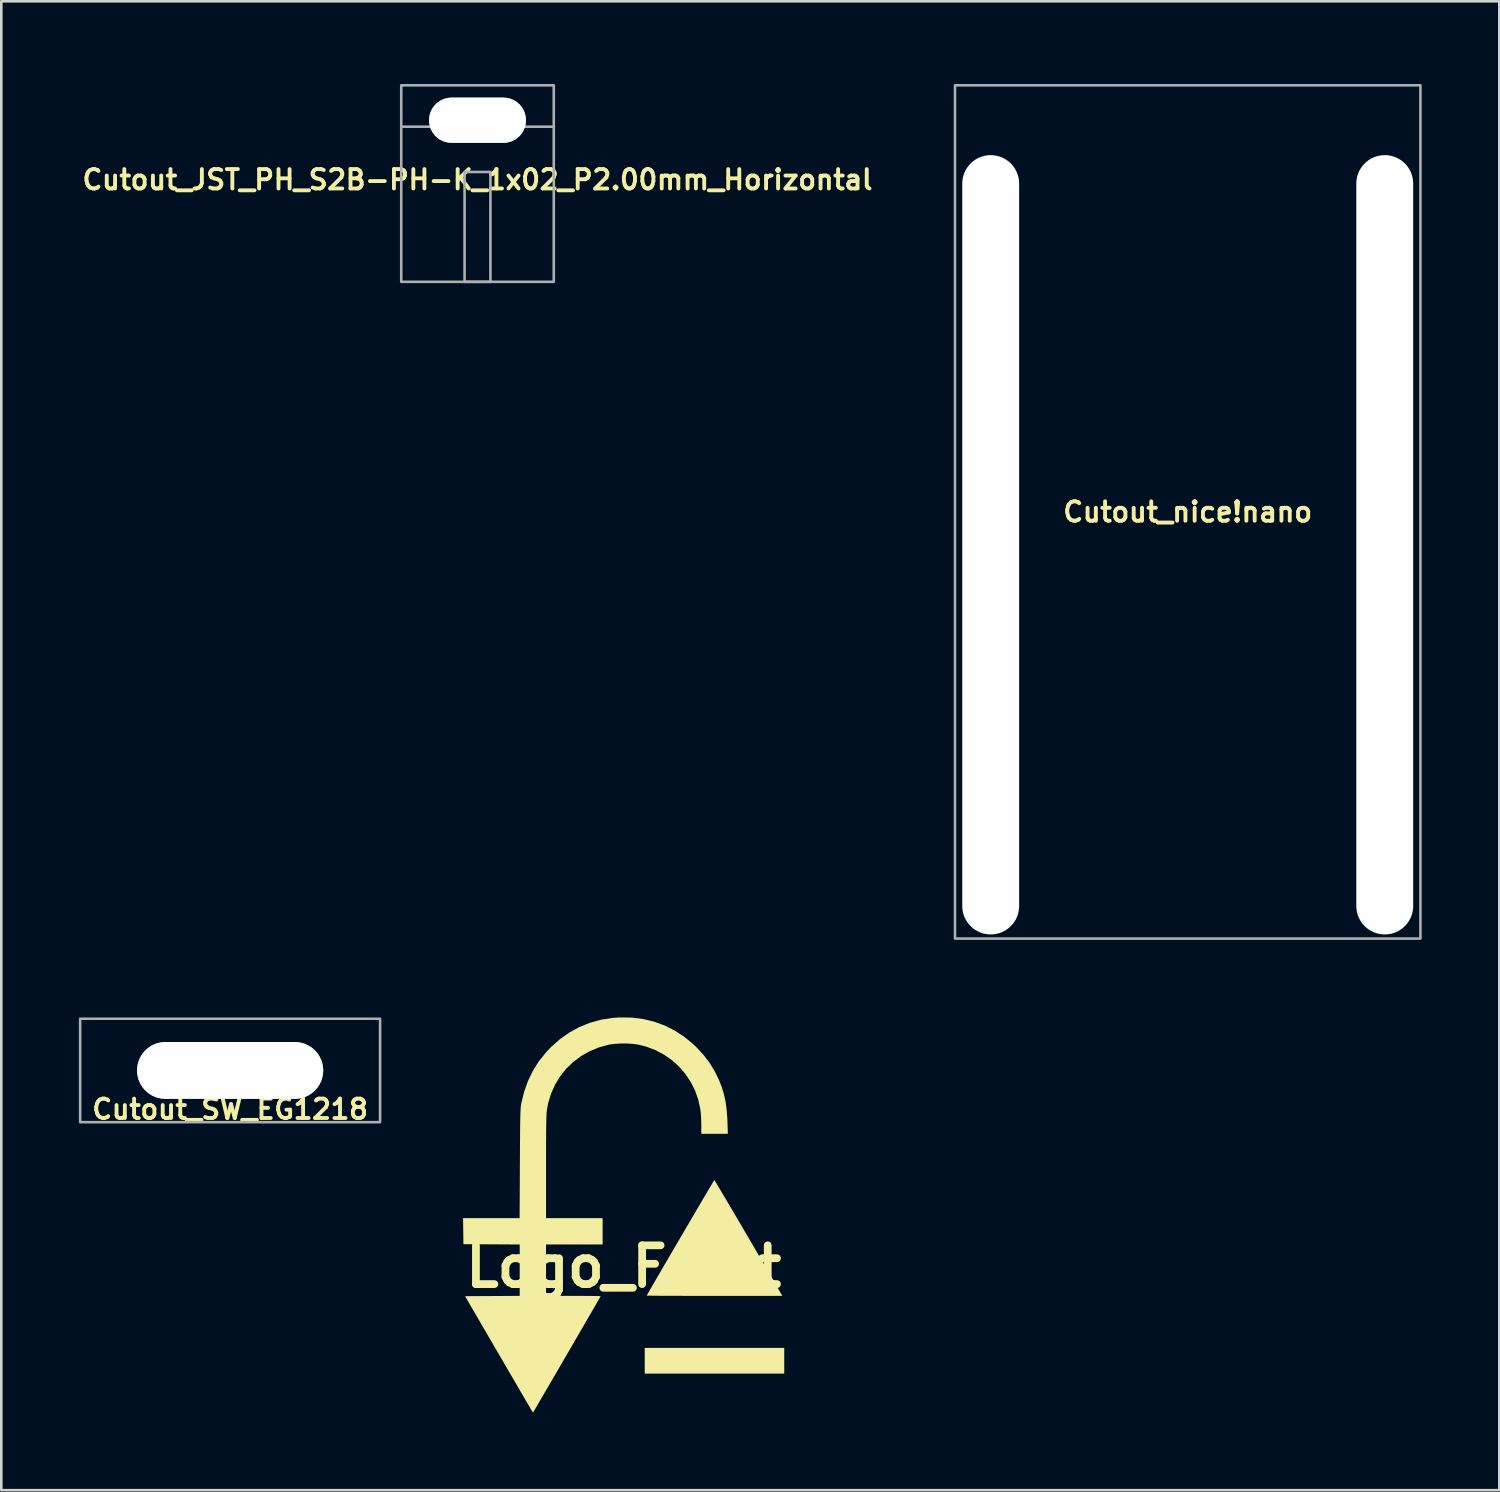
<source format=kicad_pcb>
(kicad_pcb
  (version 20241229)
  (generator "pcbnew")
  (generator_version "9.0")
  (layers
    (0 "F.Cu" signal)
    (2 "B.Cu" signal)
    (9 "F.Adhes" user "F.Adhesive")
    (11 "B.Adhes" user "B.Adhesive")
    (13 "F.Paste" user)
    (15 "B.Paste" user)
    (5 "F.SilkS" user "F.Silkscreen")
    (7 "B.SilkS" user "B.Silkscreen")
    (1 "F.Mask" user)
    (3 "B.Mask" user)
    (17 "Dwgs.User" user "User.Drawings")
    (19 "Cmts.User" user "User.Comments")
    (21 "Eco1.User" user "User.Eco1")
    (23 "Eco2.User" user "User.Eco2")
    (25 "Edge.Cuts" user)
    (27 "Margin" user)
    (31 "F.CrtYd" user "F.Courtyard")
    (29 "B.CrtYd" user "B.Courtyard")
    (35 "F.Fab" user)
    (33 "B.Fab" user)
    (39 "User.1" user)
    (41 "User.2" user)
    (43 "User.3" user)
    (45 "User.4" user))
  (footprint "Cutout_JST_PH_S2B-PH-K_1x02_P2.00mm_Horizontal"
    (layer "F.Cu")
    (at 15.418 0.25)
    (property "Reference" "Cutout_JST_PH_S2B-PH-K_1x02_P2.00mm_Horizontal" (at 0 3.65 0) (layer "F.SilkS") (effects (font (size 0.75 0.75) (thickness 0.15))))
    (attr through_hole)
    (fp_line (start 2.95 1.6) (end -2.95 1.6) (stroke (width 0.1) (type solid)) (layer "F.Fab"))
    (fp_rect (start -2.95 0) (end 2.95 7.6) (stroke (width 0.1) (type default)) (fill no) (layer "F.Fab"))
    (fp_rect (start -0.5 3.35) (end 0.5 7.6) (stroke (width 0.1) (type default)) (fill no) (layer "F.Fab"))
    (pad "" np_thru_hole roundrect (at 0 1.35) (size 3.75 1.75) (drill oval 3.75 1.75) (layers "*.Cu" "*.Mask") (roundrect_rratio 0.5)))
  (footprint "Logo_Fract"
    (layer "F.Cu")
    (at 21.071 43.935)
    (property "Reference" "Logo_Fract" (at 0 2 0) (layer "F.SilkS") (effects (font (size 1.5 1.5) (thickness 0.3))))
    (attr board_only exclude_from_pos_files exclude_from_bom)
    (fp_poly (pts (xy 6.21 5.643) (xy 6.21 6.14) (xy 3.512 6.14) (xy 0.814 6.14) (xy 0.814 5.643) (xy 0.814 5.146) (xy 3.512 5.146) (xy 6.21 5.146)) (stroke (width 0) (type solid)) (fill yes) (layer "F.SilkS"))
    (fp_poly (pts (xy 3.521 -1.323) (xy 3.559 -1.261) (xy 3.619 -1.163) (xy 3.698 -1.03) (xy 3.795 -0.867) (xy 3.908 -0.677) (xy 4.035 -0.463) (xy 4.173 -0.229) (xy 4.321 0.023) (xy 4.477 0.287) (xy 4.638 0.562) (xy 4.803 0.844) (xy 4.97 1.129) (xy 5.137 1.415) (xy 5.302 1.697) (xy 5.462 1.972) (xy 5.616 2.237) (xy 5.762 2.489) (xy 5.898 2.723) (xy 6.022 2.938) (xy 6.064 3.011) (xy 6.135 3.134) (xy 3.513 3.134) (xy 3.152 3.134) (xy 2.806 3.133) (xy 2.478 3.133) (xy 2.172 3.132) (xy 1.89 3.131) (xy 1.636 3.131) (xy 1.414 3.13) (xy 1.226 3.129) (xy 1.077 3.127) (xy 0.969 3.126) (xy 0.907 3.125) (xy 0.891 3.124) (xy 0.903 3.1) (xy 0.94 3.035) (xy 0.997 2.934) (xy 1.075 2.8) (xy 1.17 2.636) (xy 1.28 2.446) (xy 1.403 2.234) (xy 1.538 2.003) (xy 1.682 1.757) (xy 1.832 1.499) (xy 1.988 1.233) (xy 2.146 0.962) (xy 2.305 0.691) (xy 2.462 0.422) (xy 2.617 0.159) (xy 2.765 -0.093) (xy 2.906 -0.333) (xy 3.037 -0.556) (xy 3.156 -0.758) (xy 3.261 -0.936) (xy 3.35 -1.086) (xy 3.421 -1.205) (xy 3.472 -1.29) (xy 3.501 -1.336) (xy 3.506 -1.344)) (stroke (width 0) (type solid)) (fill yes) (layer "F.SilkS"))
    (fp_poly (pts (xy 0.299 -7.629) (xy 0.745 -7.575) (xy 1.173 -7.473) (xy 1.584 -7.323) (xy 1.975 -7.127) (xy 2.346 -6.885) (xy 2.694 -6.598) (xy 2.813 -6.484) (xy 3.095 -6.178) (xy 3.333 -5.863) (xy 3.535 -5.527) (xy 3.691 -5.203) (xy 3.797 -4.93) (xy 3.88 -4.657) (xy 3.941 -4.373) (xy 3.983 -4.066) (xy 4.009 -3.726) (xy 4.014 -3.599) (xy 4.029 -3.134) (xy 3.516 -3.134) (xy 3.003 -3.134) (xy 3.003 -3.484) (xy 3 -3.64) (xy 2.992 -3.805) (xy 2.98 -3.958) (xy 2.966 -4.076) (xy 2.885 -4.454) (xy 2.758 -4.813) (xy 2.589 -5.148) (xy 2.38 -5.458) (xy 2.136 -5.739) (xy 1.859 -5.988) (xy 1.552 -6.201) (xy 1.217 -6.376) (xy 0.859 -6.51) (xy 0.541 -6.588) (xy 0.344 -6.614) (xy 0.118 -6.627) (xy -0.119 -6.627) (xy -0.348 -6.613) (xy -0.551 -6.586) (xy -0.598 -6.576) (xy -0.977 -6.47) (xy -1.332 -6.321) (xy -1.661 -6.132) (xy -1.96 -5.905) (xy -2.228 -5.645) (xy -2.46 -5.353) (xy -2.654 -5.033) (xy -2.809 -4.688) (xy -2.92 -4.32) (xy -2.966 -4.076) (xy -2.974 -4.02) (xy -2.98 -3.95) (xy -2.985 -3.862) (xy -2.989 -3.752) (xy -2.993 -3.618) (xy -2.996 -3.456) (xy -2.999 -3.262) (xy -3 -3.034) (xy -3.002 -2.767) (xy -3.003 -2.458) (xy -3.003 -2.103) (xy -3.003 -1.853) (xy -3.003 0.127) (xy -1.909 0.127) (xy -0.814 0.127) (xy -0.814 0.637) (xy -0.814 1.146) (xy -1.909 1.146) (xy -3.003 1.146) (xy -3.003 2.14) (xy -3.003 3.134) (xy -1.947 3.134) (xy -1.721 3.134) (xy -1.511 3.135) (xy -1.323 3.136) (xy -1.163 3.138) (xy -1.034 3.14) (xy -0.944 3.143) (xy -0.897 3.145) (xy -0.891 3.147) (xy -0.903 3.169) (xy -0.939 3.232) (xy -0.997 3.333) (xy -1.074 3.466) (xy -1.168 3.629) (xy -1.278 3.819) (xy -1.401 4.031) (xy -1.535 4.263) (xy -1.679 4.51) (xy -1.829 4.769) (xy -1.985 5.037) (xy -2.143 5.31) (xy -2.303 5.584) (xy -2.461 5.857) (xy -2.616 6.123) (xy -2.766 6.38) (xy -2.909 6.625) (xy -3.042 6.854) (xy -3.163 7.062) (xy -3.272 7.247) (xy -3.364 7.406) (xy -3.439 7.534) (xy -3.449 7.55) (xy -3.507 7.649) (xy -3.545 7.589) (xy -3.563 7.559) (xy -3.605 7.487) (xy -3.669 7.378) (xy -3.753 7.235) (xy -3.856 7.059) (xy -3.975 6.855) (xy -4.109 6.625) (xy -4.256 6.372) (xy -4.415 6.1) (xy -4.583 5.812) (xy -4.759 5.51) (xy -4.859 5.337) (xy -6.135 3.146) (xy -5.078 3.14) (xy -4.021 3.133) (xy -4.021 2.14) (xy -4.021 1.147) (xy -5.109 1.14) (xy -6.197 1.134) (xy -6.204 0.631) (xy -6.211 0.127) (xy -5.118 0.127) (xy -4.024 0.127) (xy -4.014 -1.981) (xy -4.012 -2.365) (xy -4.01 -2.702) (xy -4.008 -2.995) (xy -4.006 -3.247) (xy -4.003 -3.463) (xy -4.001 -3.645) (xy -3.997 -3.798) (xy -3.994 -3.924) (xy -3.989 -4.027) (xy -3.985 -4.111) (xy -3.979 -4.179) (xy -3.973 -4.236) (xy -3.965 -4.283) (xy -3.961 -4.306) (xy -3.849 -4.761) (xy -3.699 -5.183) (xy -3.509 -5.576) (xy -3.278 -5.942) (xy -3.004 -6.284) (xy -2.815 -6.484) (xy -2.472 -6.788) (xy -2.107 -7.047) (xy -1.721 -7.259) (xy -1.314 -7.425) (xy -0.889 -7.544) (xy -0.445 -7.615) (xy -0.162 -7.635)) (stroke (width 0) (type solid)) (fill yes) (layer "F.SilkS")))
  (footprint "Cutout_nice!nano"
    (layer "F.Cu")
    (at 42.886 0.25)
    (property "Reference" "Cutout_nice!nano" (at 0 16.5 0) (layer "F.SilkS") (effects (font (size 0.75 0.75) (thickness 0.15))))
    (attr through_hole)
    (fp_rect (start -9 0) (end 9 33) (stroke (width 0.1) (type default)) (fill no) (layer "F.Fab"))
    (pad "" np_thru_hole oval (at -7.62 17.77) (size 2.2 30.14) (drill oval 2.2 30.14) (layers "*.Cu" "*.Mask"))
    (pad "" np_thru_hole oval (at 7.62 17.77) (size 2.2 30.14) (drill oval 2.2 30.14) (layers "*.Cu" "*.Mask")))
  (footprint "Cutout_SW_EG1218"
    (layer "F.Cu")
    (at 5.85 38.35)
    (property "Reference" "Cutout_SW_EG1218" (at 0 1.5 180) (layer "F.SilkS") (effects (font (size 0.75 0.75) (thickness 0.15))))
    (attr through_hole)
    (fp_rect (start -5.8 -2) (end 5.8 2) (stroke (width 0.1) (type default)) (fill no) (layer "F.Fab"))
    (fp_rect (start -2.25 -1) (end -0.25 1) (stroke (width 0.1) (type default)) (fill no) (layer "F.Fab"))
    (fp_rect (start -2.25 -1) (end 2.25 1) (stroke (width 0.1) (type default)) (fill no) (layer "F.Fab"))
    (pad "" np_thru_hole roundrect (at 0 0) (size 7.2 2.2) (drill oval 7.2 2.2) (layers "*.Cu" "*.Mask") (roundrect_rratio 0.5)))
  (gr_rect
    (start -3 -3)
    (end 54.936 54.584)
    (stroke (width 0.1) (type default))
    (fill no)
    (layer "Edge.Cuts")))
</source>
